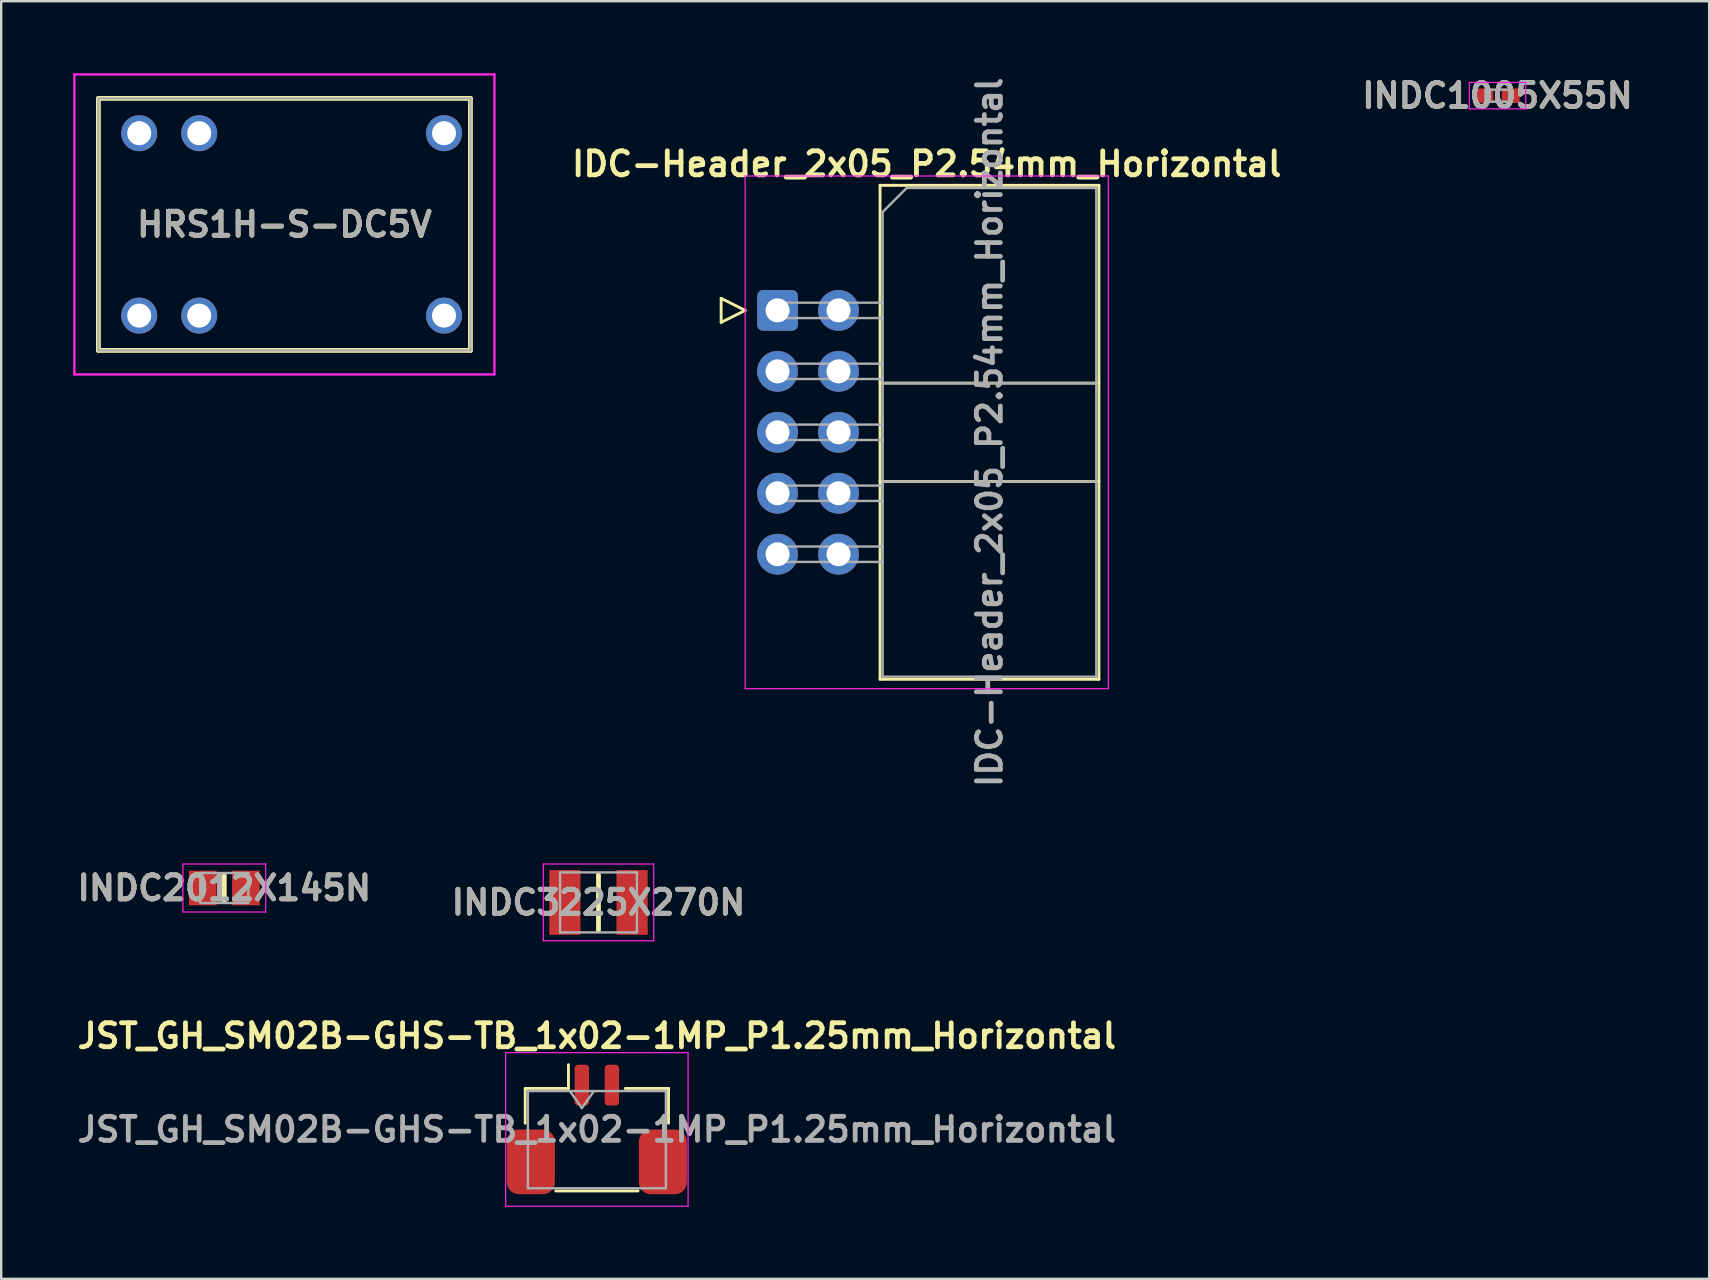
<source format=kicad_pcb>
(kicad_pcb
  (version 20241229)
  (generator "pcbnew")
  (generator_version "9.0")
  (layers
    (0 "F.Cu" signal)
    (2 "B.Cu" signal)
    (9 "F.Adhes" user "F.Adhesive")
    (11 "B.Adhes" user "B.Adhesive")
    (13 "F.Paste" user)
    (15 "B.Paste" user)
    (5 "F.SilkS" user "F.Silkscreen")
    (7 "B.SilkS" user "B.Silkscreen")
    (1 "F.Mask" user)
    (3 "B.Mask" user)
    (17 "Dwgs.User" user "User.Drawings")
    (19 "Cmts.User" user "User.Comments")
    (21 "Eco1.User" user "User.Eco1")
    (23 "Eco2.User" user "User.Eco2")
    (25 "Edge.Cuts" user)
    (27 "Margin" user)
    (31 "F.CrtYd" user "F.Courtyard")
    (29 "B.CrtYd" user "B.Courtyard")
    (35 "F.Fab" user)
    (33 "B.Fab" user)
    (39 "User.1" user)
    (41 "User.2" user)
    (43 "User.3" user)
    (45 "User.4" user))
  (footprint "JST_GH_SM02B-GHS-TB_1x02-1MP_P1.25mm_Horizontal"
    (layer "F.Cu")
    (at 21.819 44.01)
    (property "Reference" "JST_GH_SM02B-GHS-TB_1x02-1MP_P1.25mm_Horizontal" (at 0 -3.9 0) (layer "F.SilkS") (effects (font (size 1 1) (thickness 0.2))))
    (attr smd)
    (fp_line (start -2.985 -1.71) (end -1.185 -1.71) (stroke (width 0.12) (type solid)) (layer "F.SilkS"))
    (fp_line (start -2.985 -0.26) (end -2.985 -1.71) (stroke (width 0.12) (type solid)) (layer "F.SilkS"))
    (fp_line (start -1.715 2.56) (end 1.715 2.56) (stroke (width 0.12) (type solid)) (layer "F.SilkS"))
    (fp_line (start -1.185 -1.71) (end -1.185 -2.7) (stroke (width 0.12) (type solid)) (layer "F.SilkS"))
    (fp_line (start 2.985 -1.71) (end 1.185 -1.71) (stroke (width 0.12) (type solid)) (layer "F.SilkS"))
    (fp_line (start 2.985 -0.26) (end 2.985 -1.71) (stroke (width 0.12) (type solid)) (layer "F.SilkS"))
    (fp_line (start -3.8 -3.2) (end -3.8 3.2) (stroke (width 0.05) (type solid)) (layer "F.CrtYd"))
    (fp_line (start -3.8 3.2) (end 3.8 3.2) (stroke (width 0.05) (type solid)) (layer "F.CrtYd"))
    (fp_line (start 3.8 -3.2) (end -3.8 -3.2) (stroke (width 0.05) (type solid)) (layer "F.CrtYd"))
    (fp_line (start 3.8 3.2) (end 3.8 -3.2) (stroke (width 0.05) (type solid)) (layer "F.CrtYd"))
    (fp_line (start -2.875 -1.6) (end -2.875 2.45) (stroke (width 0.1) (type solid)) (layer "F.Fab"))
    (fp_line (start -2.875 -1.6) (end 2.875 -1.6) (stroke (width 0.1) (type solid)) (layer "F.Fab"))
    (fp_line (start -2.875 2.45) (end 2.875 2.45) (stroke (width 0.1) (type solid)) (layer "F.Fab"))
    (fp_line (start -1.125 -1.6) (end -0.625 -0.893) (stroke (width 0.1) (type solid)) (layer "F.Fab"))
    (fp_line (start -0.625 -0.893) (end -0.125 -1.6) (stroke (width 0.1) (type solid)) (layer "F.Fab"))
    (fp_line (start 2.875 -1.6) (end 2.875 2.45) (stroke (width 0.1) (type solid)) (layer "F.Fab"))
    (fp_text user "${REFERENCE}" (at 0 0 0) (layer "F.Fab") (effects (font (size 1 1) (thickness 0.2))))
    (pad "0" smd roundrect (at -2.75 1.35) (size 2 2.7) (layers "F.Cu" "F.Mask" "F.Paste") (roundrect_rratio 0.25))
    (pad "0" smd roundrect (at 2.75 1.35) (size 2 2.7) (layers "F.Cu" "F.Mask" "F.Paste") (roundrect_rratio 0.25))
    (pad "1" smd roundrect (at -0.625 -1.85) (size 0.6 1.7) (layers "F.Cu" "F.Mask" "F.Paste") (roundrect_rratio 0.25))
    (pad "2" smd roundrect (at 0.625 -1.85) (size 0.6 1.7) (layers "F.Cu" "F.Mask" "F.Paste") (roundrect_rratio 0.25)))
  (footprint "IDC-Header_2x05_P2.54mm_Horizontal"
    (layer "F.Cu")
    (at 29.347 14.962)
    (property "Reference" "IDC-Header_2x05_P2.54mm_Horizontal" (at 6.215 -11.18 0) (layer "F.SilkS") (effects (font (size 1 1) (thickness 0.2))))
    (attr through_hole)
    (fp_line (start -2.35 -5.58) (end -2.35 -4.58) (stroke (width 0.12) (type solid)) (layer "F.SilkS"))
    (fp_line (start -2.35 -4.58) (end -1.35 -5.08) (stroke (width 0.12) (type solid)) (layer "F.SilkS"))
    (fp_line (start -1.35 -5.08) (end -2.35 -5.58) (stroke (width 0.12) (type solid)) (layer "F.SilkS"))
    (fp_line (start 4.27 -10.29) (end 13.39 -10.29) (stroke (width 0.12) (type solid)) (layer "F.SilkS"))
    (fp_line (start 4.27 -2.05) (end 13.39 -2.05) (stroke (width 0.12) (type solid)) (layer "F.SilkS"))
    (fp_line (start 4.27 2.05) (end 13.39 2.05) (stroke (width 0.12) (type solid)) (layer "F.SilkS"))
    (fp_line (start 4.27 10.29) (end 4.27 -10.29) (stroke (width 0.12) (type solid)) (layer "F.SilkS"))
    (fp_line (start 13.39 -10.29) (end 13.39 10.29) (stroke (width 0.12) (type solid)) (layer "F.SilkS"))
    (fp_line (start 13.39 10.29) (end 4.27 10.29) (stroke (width 0.12) (type solid)) (layer "F.SilkS"))
    (fp_line (start -1.35 -10.68) (end -1.35 10.68) (stroke (width 0.05) (type solid)) (layer "F.CrtYd"))
    (fp_line (start -1.35 10.68) (end 13.78 10.68) (stroke (width 0.05) (type solid)) (layer "F.CrtYd"))
    (fp_line (start 13.78 -10.68) (end -1.35 -10.68) (stroke (width 0.05) (type solid)) (layer "F.CrtYd"))
    (fp_line (start 13.78 10.68) (end 13.78 -10.68) (stroke (width 0.05) (type solid)) (layer "F.CrtYd"))
    (fp_line (start -0.32 -5.4) (end -0.32 -4.76) (stroke (width 0.1) (type solid)) (layer "F.Fab"))
    (fp_line (start -0.32 -4.76) (end 4.38 -4.76) (stroke (width 0.1) (type solid)) (layer "F.Fab"))
    (fp_line (start -0.32 -2.86) (end -0.32 -2.22) (stroke (width 0.1) (type solid)) (layer "F.Fab"))
    (fp_line (start -0.32 -2.22) (end 4.38 -2.22) (stroke (width 0.1) (type solid)) (layer "F.Fab"))
    (fp_line (start -0.32 -0.32) (end -0.32 0.32) (stroke (width 0.1) (type solid)) (layer "F.Fab"))
    (fp_line (start -0.32 0.32) (end 4.38 0.32) (stroke (width 0.1) (type solid)) (layer "F.Fab"))
    (fp_line (start -0.32 2.22) (end -0.32 2.86) (stroke (width 0.1) (type solid)) (layer "F.Fab"))
    (fp_line (start -0.32 2.86) (end 4.38 2.86) (stroke (width 0.1) (type solid)) (layer "F.Fab"))
    (fp_line (start -0.32 4.76) (end -0.32 5.4) (stroke (width 0.1) (type solid)) (layer "F.Fab"))
    (fp_line (start -0.32 5.4) (end 4.38 5.4) (stroke (width 0.1) (type solid)) (layer "F.Fab"))
    (fp_line (start 4.38 -9.18) (end 5.38 -10.18) (stroke (width 0.1) (type solid)) (layer "F.Fab"))
    (fp_line (start 4.38 -5.4) (end -0.32 -5.4) (stroke (width 0.1) (type solid)) (layer "F.Fab"))
    (fp_line (start 4.38 -2.86) (end -0.32 -2.86) (stroke (width 0.1) (type solid)) (layer "F.Fab"))
    (fp_line (start 4.38 -2.05) (end 13.28 -2.05) (stroke (width 0.1) (type solid)) (layer "F.Fab"))
    (fp_line (start 4.38 -0.32) (end -0.32 -0.32) (stroke (width 0.1) (type solid)) (layer "F.Fab"))
    (fp_line (start 4.38 2.05) (end 13.28 2.05) (stroke (width 0.1) (type solid)) (layer "F.Fab"))
    (fp_line (start 4.38 2.22) (end -0.32 2.22) (stroke (width 0.1) (type solid)) (layer "F.Fab"))
    (fp_line (start 4.38 4.76) (end -0.32 4.76) (stroke (width 0.1) (type solid)) (layer "F.Fab"))
    (fp_line (start 4.38 10.18) (end 4.38 -9.18) (stroke (width 0.1) (type solid)) (layer "F.Fab"))
    (fp_line (start 5.38 -10.18) (end 13.28 -10.18) (stroke (width 0.1) (type solid)) (layer "F.Fab"))
    (fp_line (start 13.28 -10.18) (end 13.28 10.18) (stroke (width 0.1) (type solid)) (layer "F.Fab"))
    (fp_line (start 13.28 10.18) (end 4.38 10.18) (stroke (width 0.1) (type solid)) (layer "F.Fab"))
    (fp_text user "${REFERENCE}" (at 8.83 0 90) (layer "F.Fab") (effects (font (size 1 1) (thickness 0.2))))
    (pad "1" thru_hole roundrect (at 0 -5.08) (size 1.7 1.7) (drill 1) (layers "*.Cu" "*.Mask") (roundrect_rratio 0.147))
    (pad "2" thru_hole circle (at 2.54 -5.08) (size 1.7 1.7) (drill 1) (layers "*.Cu" "*.Mask"))
    (pad "3" thru_hole circle (at 0 -2.54) (size 1.7 1.7) (drill 1) (layers "*.Cu" "*.Mask"))
    (pad "4" thru_hole circle (at 2.54 -2.54) (size 1.7 1.7) (drill 1) (layers "*.Cu" "*.Mask"))
    (pad "5" thru_hole circle (at 0 0) (size 1.7 1.7) (drill 1) (layers "*.Cu" "*.Mask"))
    (pad "6" thru_hole circle (at 2.54 0) (size 1.7 1.7) (drill 1) (layers "*.Cu" "*.Mask"))
    (pad "7" thru_hole circle (at 0 2.54) (size 1.7 1.7) (drill 1) (layers "*.Cu" "*.Mask"))
    (pad "8" thru_hole circle (at 2.54 2.54) (size 1.7 1.7) (drill 1) (layers "*.Cu" "*.Mask"))
    (pad "9" thru_hole circle (at 0 5.08) (size 1.7 1.7) (drill 1) (layers "*.Cu" "*.Mask"))
    (pad "10" thru_hole circle (at 2.54 5.08) (size 1.7 1.7) (drill 1) (layers "*.Cu" "*.Mask")))
  (footprint "INDC3225X270N"
    (layer "F.Cu")
    (at 21.886 34.549)
    (property "Reference" "INDC3225X270N" (at 0 0 0) (layer "F.SilkS") (effects (font (size 1 1) (thickness 0.2))))
    (attr smd)
    (fp_line (start 0 -1.15) (end 0 1.15) (stroke (width 0.2) (type solid)) (layer "F.SilkS"))
    (fp_line (start -2.3 -1.6) (end 2.3 -1.6) (stroke (width 0.05) (type solid)) (layer "F.CrtYd"))
    (fp_line (start -2.3 1.6) (end -2.3 -1.6) (stroke (width 0.05) (type solid)) (layer "F.CrtYd"))
    (fp_line (start 2.3 -1.6) (end 2.3 1.6) (stroke (width 0.05) (type solid)) (layer "F.CrtYd"))
    (fp_line (start 2.3 1.6) (end -2.3 1.6) (stroke (width 0.05) (type solid)) (layer "F.CrtYd"))
    (fp_line (start -1.6 -1.25) (end 1.6 -1.25) (stroke (width 0.1) (type solid)) (layer "F.Fab"))
    (fp_line (start -1.6 1.25) (end -1.6 -1.25) (stroke (width 0.1) (type solid)) (layer "F.Fab"))
    (fp_line (start 1.6 -1.25) (end 1.6 1.25) (stroke (width 0.1) (type solid)) (layer "F.Fab"))
    (fp_line (start 1.6 1.25) (end -1.6 1.25) (stroke (width 0.1) (type solid)) (layer "F.Fab"))
    (fp_text user "${REFERENCE}" (at 0 0 0) (layer "F.Fab") (effects (font (size 1 1) (thickness 0.2))))
    (pad "1" smd rect (at -1.4 0) (size 1.3 2.7) (layers "F.Cu" "F.Mask" "F.Paste"))
    (pad "2" smd rect (at 1.4 0) (size 1.3 2.7) (layers "F.Cu" "F.Mask" "F.Paste")))
  (footprint "INDC2012X145N"
    (layer "F.Cu")
    (at 6.295 33.949)
    (property "Reference" "INDC2012X145N" (at 0 0 0) (layer "F.SilkS") (effects (font (size 1 1) (thickness 0.2))))
    (attr smd)
    (fp_line (start 0 -0.525) (end 0 0.525) (stroke (width 0.2) (type solid)) (layer "F.SilkS"))
    (fp_line (start -1.725 -1) (end 1.725 -1) (stroke (width 0.05) (type solid)) (layer "F.CrtYd"))
    (fp_line (start -1.725 1) (end -1.725 -1) (stroke (width 0.05) (type solid)) (layer "F.CrtYd"))
    (fp_line (start 1.725 -1) (end 1.725 1) (stroke (width 0.05) (type solid)) (layer "F.CrtYd"))
    (fp_line (start 1.725 1) (end -1.725 1) (stroke (width 0.05) (type solid)) (layer "F.CrtYd"))
    (fp_line (start -1 -0.625) (end 1 -0.625) (stroke (width 0.1) (type solid)) (layer "F.Fab"))
    (fp_line (start -1 0.625) (end -1 -0.625) (stroke (width 0.1) (type solid)) (layer "F.Fab"))
    (fp_line (start 1 -0.625) (end 1 0.625) (stroke (width 0.1) (type solid)) (layer "F.Fab"))
    (fp_line (start 1 0.625) (end -1 0.625) (stroke (width 0.1) (type solid)) (layer "F.Fab"))
    (fp_text user "${REFERENCE}" (at 0 0 0) (layer "F.Fab") (effects (font (size 1 1) (thickness 0.2))))
    (pad "1" smd rect (at -0.9 0) (size 1.15 1.45) (layers "F.Cu" "F.Mask" "F.Paste"))
    (pad "2" smd rect (at 0.9 0) (size 1.15 1.45) (layers "F.Cu" "F.Mask" "F.Paste")))
  (footprint "HRS1H-S-DC5V"
    (layer "F.Cu")
    (at 8.8 6.3)
    (property "Reference" "HRS1H-S-DC5V" (at 0 0 0) (layer "F.SilkS") (effects (font (size 1 1) (thickness 0.2))))
    (attr through_hole)
    (fp_line (start -7.75 -5.25) (end -7.75 5.25) (stroke (width 0.2) (type solid)) (layer "F.SilkS"))
    (fp_line (start -7.75 5.25) (end 7.75 5.25) (stroke (width 0.2) (type solid)) (layer "F.SilkS"))
    (fp_line (start 7.75 -5.25) (end -7.75 -5.25) (stroke (width 0.2) (type solid)) (layer "F.SilkS"))
    (fp_line (start 7.75 5.25) (end 7.75 -5.25) (stroke (width 0.2) (type solid)) (layer "F.SilkS"))
    (fp_line (start -8.75 -6.25) (end -8.75 6.25) (stroke (width 0.1) (type solid)) (layer "F.CrtYd"))
    (fp_line (start -8.75 6.25) (end 8.75 6.25) (stroke (width 0.1) (type solid)) (layer "F.CrtYd"))
    (fp_line (start 8.75 -6.25) (end -8.75 -6.25) (stroke (width 0.1) (type solid)) (layer "F.CrtYd"))
    (fp_line (start 8.75 6.25) (end 8.75 -6.25) (stroke (width 0.1) (type solid)) (layer "F.CrtYd"))
    (fp_line (start -7.75 -5.25) (end 7.75 -5.25) (stroke (width 0.1) (type solid)) (layer "F.Fab"))
    (fp_line (start -7.75 5.25) (end -7.75 -5.25) (stroke (width 0.1) (type solid)) (layer "F.Fab"))
    (fp_line (start 7.75 -5.25) (end 7.75 5.25) (stroke (width 0.1) (type solid)) (layer "F.Fab"))
    (fp_line (start 7.75 5.25) (end -7.75 5.25) (stroke (width 0.1) (type solid)) (layer "F.Fab"))
    (fp_text user "${REFERENCE}" (at 0 0 0) (layer "F.Fab") (effects (font (size 1 1) (thickness 0.2))))
    (pad "1" thru_hole circle (at -6.05 -3.8) (size 1.5 1.5) (drill 1) (layers "*.Cu" "*.Mask"))
    (pad "2" thru_hole circle (at -3.55 -3.8) (size 1.5 1.5) (drill 1) (layers "*.Cu" "*.Mask"))
    (pad "3" thru_hole circle (at 6.65 -3.8) (size 1.5 1.5) (drill 1) (layers "*.Cu" "*.Mask"))
    (pad "4" thru_hole circle (at 6.65 3.8) (size 1.5 1.5) (drill 1) (layers "*.Cu" "*.Mask"))
    (pad "5" thru_hole circle (at -3.55 3.8) (size 1.5 1.5) (drill 1) (layers "*.Cu" "*.Mask"))
    (pad "6" thru_hole circle (at -6.05 3.8) (size 1.5 1.5) (drill 1) (layers "*.Cu" "*.Mask")))
  (footprint "INDC1005X55N"
    (layer "F.Cu")
    (at 59.343 0.936)
    (property "Reference" "INDC1005X55N" (at 0 0 0) (layer "F.SilkS") (effects (font (size 1 1) (thickness 0.2))))
    (attr smd)
    (fp_line (start 0 -0.15) (end 0 0.15) (stroke (width 0.2) (type solid)) (layer "F.SilkS"))
    (fp_line (start -1.175 -0.55) (end 1.175 -0.55) (stroke (width 0.05) (type solid)) (layer "F.CrtYd"))
    (fp_line (start -1.175 0.55) (end -1.175 -0.55) (stroke (width 0.05) (type solid)) (layer "F.CrtYd"))
    (fp_line (start 1.175 -0.55) (end 1.175 0.55) (stroke (width 0.05) (type solid)) (layer "F.CrtYd"))
    (fp_line (start 1.175 0.55) (end -1.175 0.55) (stroke (width 0.05) (type solid)) (layer "F.CrtYd"))
    (fp_line (start -0.5 -0.25) (end 0.5 -0.25) (stroke (width 0.1) (type solid)) (layer "F.Fab"))
    (fp_line (start -0.5 0.25) (end -0.5 -0.25) (stroke (width 0.1) (type solid)) (layer "F.Fab"))
    (fp_line (start 0.5 -0.25) (end 0.5 0.25) (stroke (width 0.1) (type solid)) (layer "F.Fab"))
    (fp_line (start 0.5 0.25) (end -0.5 0.25) (stroke (width 0.1) (type solid)) (layer "F.Fab"))
    (fp_text user "${REFERENCE}" (at 0 0 0) (layer "F.Fab") (effects (font (size 1 1) (thickness 0.2))))
    (pad "1" smd rect (at -0.55 0 90) (size 0.6 0.75) (layers "F.Cu" "F.Mask" "F.Paste"))
    (pad "2" smd rect (at 0.55 0 90) (size 0.6 0.75) (layers "F.Cu" "F.Mask" "F.Paste")))
  (gr_rect
    (start -3 -3)
    (end 68.162 50.235)
    (stroke (width 0.1) (type default))
    (fill no)
    (layer "Edge.Cuts")))
</source>
